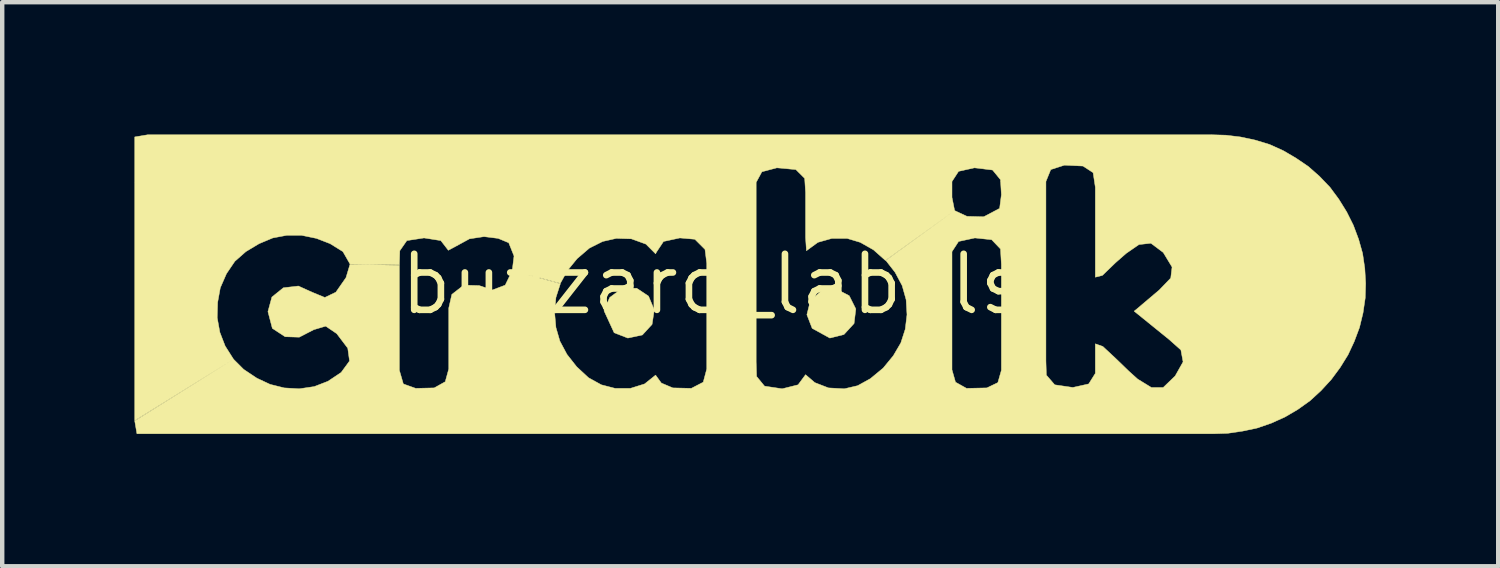
<source format=kicad_pcb>
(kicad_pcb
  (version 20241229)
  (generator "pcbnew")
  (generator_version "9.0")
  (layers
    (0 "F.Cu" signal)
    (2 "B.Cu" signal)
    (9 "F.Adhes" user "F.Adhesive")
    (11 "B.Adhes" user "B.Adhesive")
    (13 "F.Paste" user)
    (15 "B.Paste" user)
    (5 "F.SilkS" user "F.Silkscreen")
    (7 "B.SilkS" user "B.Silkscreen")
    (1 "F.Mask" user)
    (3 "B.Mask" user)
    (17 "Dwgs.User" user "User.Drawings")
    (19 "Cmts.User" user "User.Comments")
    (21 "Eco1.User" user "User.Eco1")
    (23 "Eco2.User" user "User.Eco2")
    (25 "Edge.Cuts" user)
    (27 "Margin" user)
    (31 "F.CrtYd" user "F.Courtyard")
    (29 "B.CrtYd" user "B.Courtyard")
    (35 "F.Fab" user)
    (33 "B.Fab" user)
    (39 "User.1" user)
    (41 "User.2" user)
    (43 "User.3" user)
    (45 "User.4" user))
  (footprint "buzzard_labels"
    (layer "F.Cu")
    (at 13.115 3.395)
    (property "Reference" "buzzard_labels" (at 0 0 0) (layer "F.SilkS") (effects (font (size 1.27 1.27) (thickness 0.15))))
    (attr exclude_from_pos_files exclude_from_bom)
    (fp_poly (pts (xy -2.24 1.1) (xy -1.93 1.22) (xy -1.6 1.15) (xy -1.38 0.91) (xy -1.33 0.58) (xy -1.46 0.27) (xy -1.73 0.09) (xy -2.07 0.1) (xy -2.34 0.3) (xy -2.47 0.6) (xy -2.24 1.1)) (stroke (width 0.01) (type solid)) (fill yes) (layer "F.SilkS"))
    (fp_poly (pts (xy 2.65 1.22) (xy 2.97 1.14) (xy 3.2 0.89) (xy 3.24 0.56) (xy 3.09 0.26) (xy 2.8 0.11) (xy 2.46 0.15) (xy 2.21 0.37) (xy 2.13 0.69) (xy 2.25 1) (xy 2.65 1.22)) (stroke (width 0.01) (type solid)) (fill yes) (layer "F.SilkS"))
    (fp_poly (pts (xy -11.46 -3.39) (xy -12.81 -3.39) (xy -13.11 -3.34) (xy -13.11 3.09) (xy -10.87 1.7) (xy -11.06 1.4) (xy -11.18 1.09) (xy -11.24 0.76) (xy -11.23 0.41) (xy -11.17 0.08) (xy -11.03 -0.24) (xy -10.84 -0.52) (xy -10.59 -0.74) (xy -10.29 -0.92) (xy -9.98 -1.05) (xy -9.66 -1.11) (xy -9.33 -1.11) (xy -8.99 -1.04) (xy -8.68 -0.92) (xy -8.39 -0.74) (xy -8.23 -0.46) (xy -7.11 -0.44) (xy -7.1 -0.76) (xy -6.94 -0.99) (xy -6.55 -1.05) (xy -6.17 -0.99) (xy -6 -0.77) (xy -5.85 -0.85) (xy -5.52 -1.03) (xy -5.19 -1.08) (xy -4.87 -1.04) (xy -4.63 -0.94) (xy -4.51 -0.64) (xy -4.55 -0.32) (xy -3.46 -0.02) (xy -3.3 -0.31) (xy -3.08 -0.58) (xy -2.8 -0.82) (xy -2.5 -0.97) (xy -2.19 -1.04) (xy -1.85 -1.03) (xy -1.52 -0.91) (xy -1.3 -0.69) (xy -1.28 -0.73) (xy -1.12 -0.97) (xy -0.75 -1.05) (xy -0.41 -1.02) (xy -0.18 -0.79) (xy -0.14 -0.47) (xy -0.14 1.57) (xy -0.14 1.92) (xy 0.98 1.76) (xy 0.98 -2.31) (xy 1.11 -2.55) (xy 1.45 -2.64) (xy 1.88 -2.6) (xy 2.08 -2.4) (xy 2.1 -2.08) (xy 2.1 -1.06) (xy 2.12 -0.76) (xy 2.38 -0.95) (xy 2.7 -1.04) (xy 3.04 -1.04) (xy 3.34 -0.95) (xy 3.64 -0.78) (xy 3.91 -0.54) (xy 5.48 -1.67) (xy 5.42 -1.97) (xy 5.42 -2.33) (xy 5.57 -2.56) (xy 5.93 -2.64) (xy 6.34 -2.59) (xy 6.52 -2.37) (xy 7.55 -2.33) (xy 7.66 -2.6) (xy 7.97 -2.7) (xy 8.39 -2.68) (xy 8.62 -2.53) (xy 8.67 -2.2) (xy 8.67 -0.16) (xy 8.83 -0.2) (xy 9.13 -0.49) (xy 9.37 -0.7) (xy 9.66 -0.9) (xy 9.93 -0.93) (xy 10.21 -0.72) (xy 10.41 -0.39) (xy 10.38 -0.14) (xy 10.12 0.13) (xy 9.6 0.57) (xy 9.55 0.61) (xy 10.34 1.25) (xy 10.61 1.49) (xy 10.66 1.76) (xy 10.48 2.08) (xy 10.21 2.34) (xy 9.94 2.34) (xy 9.63 2.15) (xy 9.43 1.97) (xy 9.13 1.68) (xy 8.84 1.41) (xy 8.67 1.35) (xy 8.67 2.02) (xy 8.52 2.26) (xy 8.16 2.34) (xy 7.75 2.28) (xy 7.56 2.06) (xy 7.55 1.74) (xy 7.55 -2.33) (xy 6.52 -2.37) (xy 6.54 -2.03) (xy 6.5 -1.72) (xy 6.14 -1.53) (xy 5.76 -1.54) (xy 5.94 -1.05) (xy 6.32 -1.01) (xy 6.52 -0.8) (xy 6.54 -0.45) (xy 6.54 1.95) (xy 6.46 2.23) (xy 6.21 2.35) (xy 5.75 2.36) (xy 5.5 2.22) (xy 5.42 1.94) (xy 5.42 -0.46) (xy 5.42 -0.74) (xy 5.57 -0.97) (xy 5.94 -1.05) (xy 5.76 -1.54) (xy 5.48 -1.67) (xy 3.92 -0.54) (xy 4.13 -0.27) (xy 4.29 0.03) (xy 4.38 0.35) (xy 4.4 0.69) (xy 4.36 1.02) (xy 4.26 1.33) (xy 4.09 1.62) (xy 3.86 1.9) (xy 3.57 2.14) (xy 3.28 2.3) (xy 2.98 2.37) (xy 2.62 2.35) (xy 2.31 2.23) (xy 2.1 2.05) (xy 1.93 2.28) (xy 1.57 2.37) (xy 1.17 2.31) (xy 0.99 2.09) (xy 0.98 1.76) (xy -0.14 1.92) (xy -0.22 2.22) (xy -0.49 2.36) (xy -0.91 2.35) (xy -1.17 2.24) (xy -1.3 2.06) (xy -1.55 2.26) (xy -1.87 2.36) (xy -2.22 2.36) (xy -2.53 2.28) (xy -2.82 2.12) (xy -3.09 1.87) (xy -3.31 1.59) (xy -3.47 1.29) (xy -3.56 0.98) (xy -3.59 0.64) (xy -3.56 0.3) (xy -3.46 -0.01) (xy -4.55 -0.31) (xy -4.71 0.02) (xy -5 0.13) (xy -5.3 0.03) (xy -5.65 0.02) (xy -5.92 0.23) (xy -5.99 0.54) (xy -5.99 1.92) (xy -6.07 2.21) (xy -6.32 2.35) (xy -6.74 2.36) (xy -7.02 2.26) (xy -7.11 1.95) (xy -7.11 -0.43) (xy -8.23 -0.45) (xy -8.32 -0.15) (xy -8.55 0.18) (xy -8.8 0.3) (xy -9.09 0.18) (xy -9.4 0.04) (xy -9.74 0.08) (xy -10 0.29) (xy -10.09 0.62) (xy -9.99 1) (xy -9.7 1.19) (xy -9.38 1.2) (xy -9.05 1.03) (xy -8.78 0.95) (xy -8.53 1.12) (xy -8.28 1.45) (xy -8.24 1.74) (xy -8.43 2) (xy -8.73 2.2) (xy -9.04 2.32) (xy -9.38 2.37) (xy -9.72 2.35) (xy -10.04 2.27) (xy -10.34 2.13) (xy -10.64 1.93) (xy -10.87 1.7) (xy -13.11 3.1) (xy -13.06 3.39) (xy 11.34 3.39) (xy 11.67 3.38) (xy 12.01 3.33) (xy 12.34 3.26) (xy 12.66 3.15) (xy 12.97 3.01) (xy 13.26 2.84) (xy 13.54 2.64) (xy 13.79 2.41) (xy 14.02 2.16) (xy 14.22 1.89) (xy 14.4 1.6) (xy 14.54 1.3) (xy 14.66 0.98) (xy 14.74 0.65) (xy 14.79 0.31) (xy 14.8 -0.02) (xy 14.78 -0.36) (xy 14.73 -0.7) (xy 14.64 -1.02) (xy 14.52 -1.34) (xy 14.37 -1.64) (xy 14.19 -1.93) (xy 13.99 -2.2) (xy 13.75 -2.45) (xy 13.5 -2.67) (xy 13.22 -2.86) (xy 12.93 -3.03) (xy 12.62 -3.17) (xy 12.29 -3.27) (xy 11.96 -3.34) (xy 11.63 -3.38) (xy 11.29 -3.39) (xy -11.41 -3.39) (xy -11.46 -3.39)) (stroke (width 0.01) (type solid)) (fill yes) (layer "F.SilkS")))
  (gr_rect
    (start -3 -3)
    (end 30.92 9.79)
    (stroke (width 0.1) (type default))
    (fill no)
    (layer "Edge.Cuts")))
</source>
